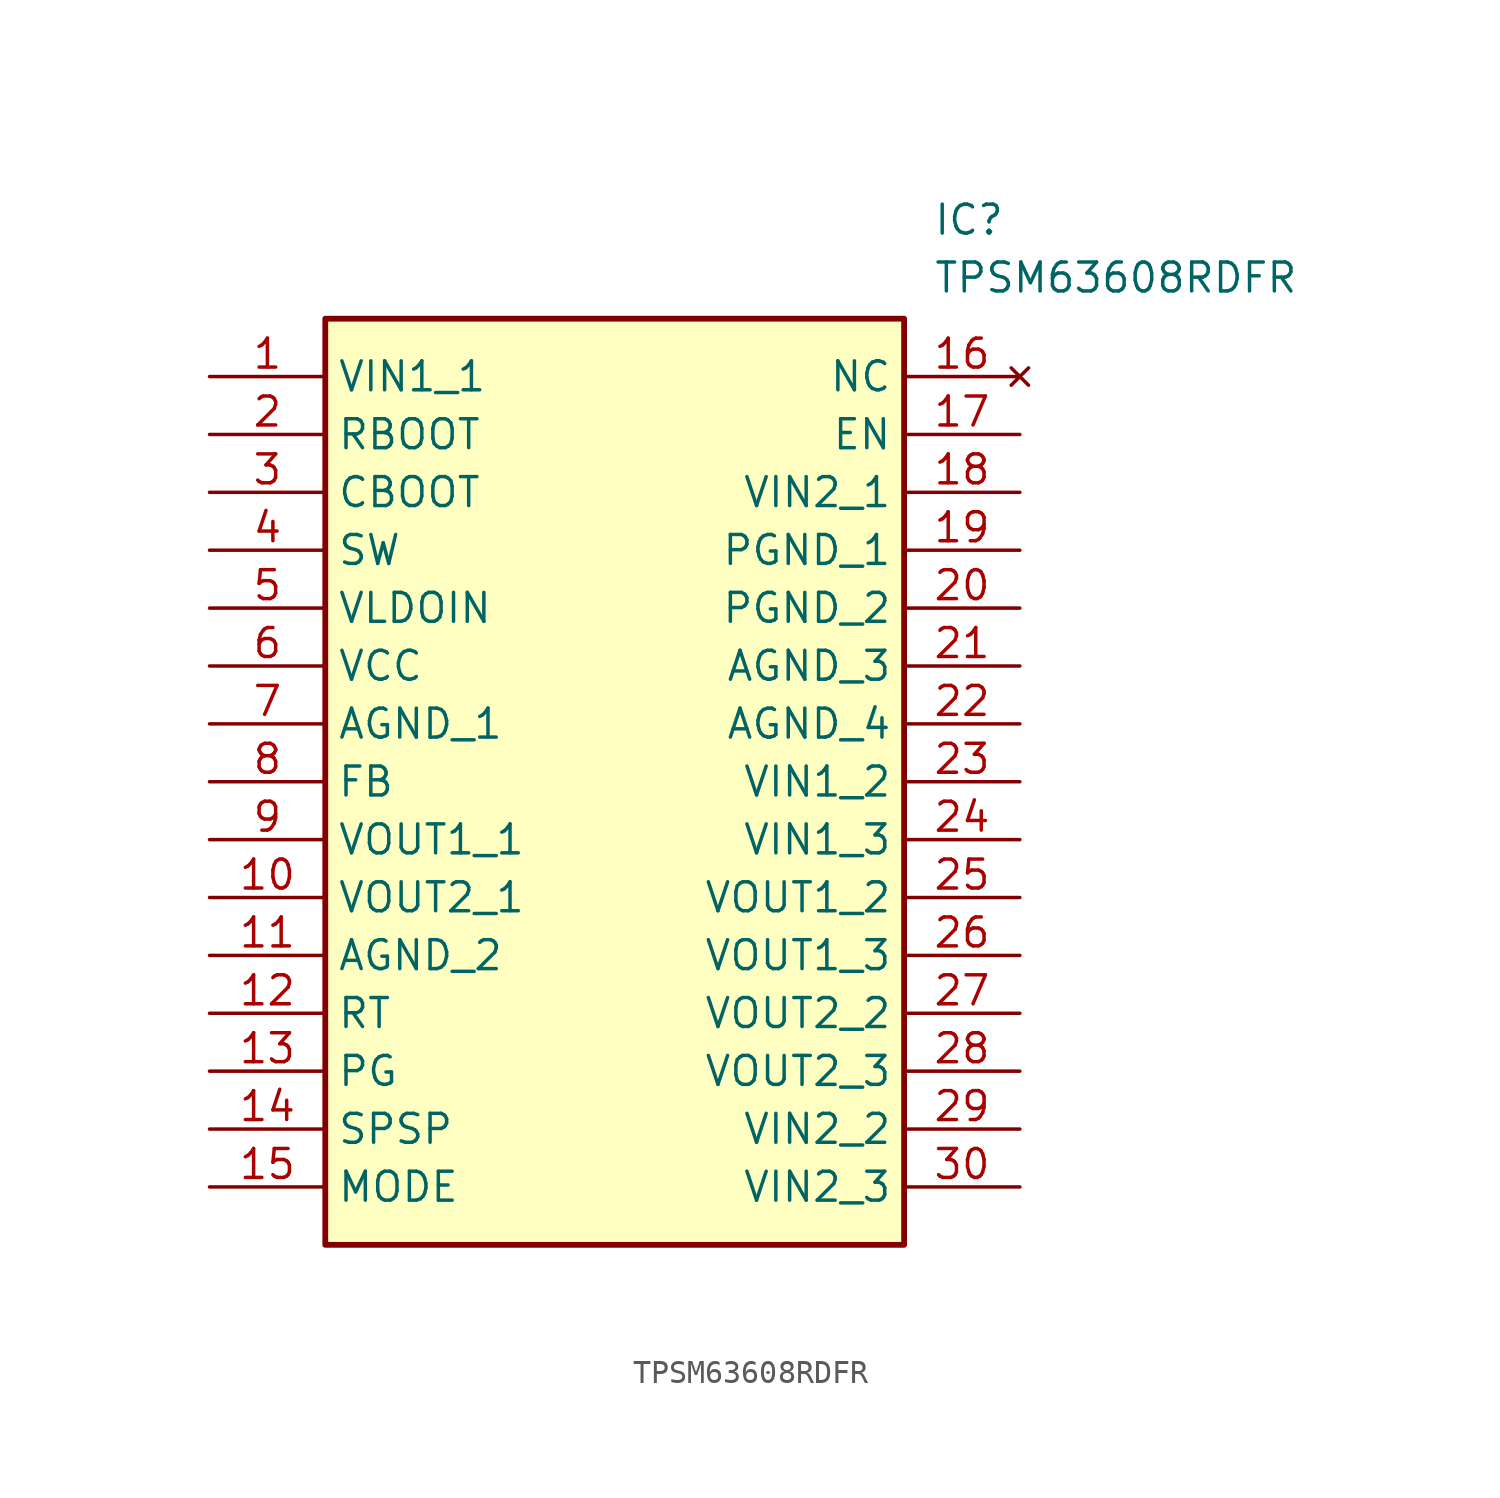
<source format=kicad_sym>
(kicad_symbol_lib
  (version 20211014)
  (generator SamacSys_ECAD_Model)
  (symbol "TPSM63608RDFR"
    (property "Reference" "IC"
      (at 31.75 7.62 0)
      (effects (font (size 1.27 1.27)) (justify left top)))
    (property "Value" "TPSM63608RDFR"
      (at 31.75 5.08 0)
      (effects (font (size 1.27 1.27)) (justify left top)))
    (rectangle
      (start 5.08 2.54)
      (end 30.48 -38.1)
      (stroke (width 0.254) (type default))
      (fill (type background)))
    (pin passive line
      (at 0 0 0)
      (length 5.08)
      (name "VIN1_1" (effects (font (size 1.27 1.27))))
      (number "1" (effects (font (size 1.27 1.27)))))
    (pin passive line
      (at 0 -2.54 0)
      (length 5.08)
      (name "RBOOT" (effects (font (size 1.27 1.27))))
      (number "2" (effects (font (size 1.27 1.27)))))
    (pin passive line
      (at 0 -5.08 0)
      (length 5.08)
      (name "CBOOT" (effects (font (size 1.27 1.27))))
      (number "3" (effects (font (size 1.27 1.27)))))
    (pin passive line
      (at 0 -7.62 0)
      (length 5.08)
      (name "SW" (effects (font (size 1.27 1.27))))
      (number "4" (effects (font (size 1.27 1.27)))))
    (pin passive line
      (at 0 -10.16 0)
      (length 5.08)
      (name "VLDOIN" (effects (font (size 1.27 1.27))))
      (number "5" (effects (font (size 1.27 1.27)))))
    (pin passive line
      (at 0 -12.7 0)
      (length 5.08)
      (name "VCC" (effects (font (size 1.27 1.27))))
      (number "6" (effects (font (size 1.27 1.27)))))
    (pin passive line
      (at 0 -15.24 0)
      (length 5.08)
      (name "AGND_1" (effects (font (size 1.27 1.27))))
      (number "7" (effects (font (size 1.27 1.27)))))
    (pin passive line
      (at 0 -17.78 0)
      (length 5.08)
      (name "FB" (effects (font (size 1.27 1.27))))
      (number "8" (effects (font (size 1.27 1.27)))))
    (pin passive line
      (at 0 -20.32 0)
      (length 5.08)
      (name "VOUT1_1" (effects (font (size 1.27 1.27))))
      (number "9" (effects (font (size 1.27 1.27)))))
    (pin passive line
      (at 0 -22.86 0)
      (length 5.08)
      (name "VOUT2_1" (effects (font (size 1.27 1.27))))
      (number "10" (effects (font (size 1.27 1.27)))))
    (pin passive line
      (at 0 -25.4 0)
      (length 5.08)
      (name "AGND_2" (effects (font (size 1.27 1.27))))
      (number "11" (effects (font (size 1.27 1.27)))))
    (pin passive line
      (at 0 -27.94 0)
      (length 5.08)
      (name "RT" (effects (font (size 1.27 1.27))))
      (number "12" (effects (font (size 1.27 1.27)))))
    (pin passive line
      (at 0 -30.48 0)
      (length 5.08)
      (name "PG" (effects (font (size 1.27 1.27))))
      (number "13" (effects (font (size 1.27 1.27)))))
    (pin passive line
      (at 0 -33.02 0)
      (length 5.08)
      (name "SPSP" (effects (font (size 1.27 1.27))))
      (number "14" (effects (font (size 1.27 1.27)))))
    (pin passive line
      (at 0 -35.56 0)
      (length 5.08)
      (name "MODE" (effects (font (size 1.27 1.27))))
      (number "15" (effects (font (size 1.27 1.27)))))
    (pin no_connect line
      (at 35.56 0 180)
      (length 5.08)
      (name "NC" (effects (font (size 1.27 1.27))))
      (number "16" (effects (font (size 1.27 1.27)))))
    (pin passive line
      (at 35.56 -2.54 180)
      (length 5.08)
      (name "EN" (effects (font (size 1.27 1.27))))
      (number "17" (effects (font (size 1.27 1.27)))))
    (pin passive line
      (at 35.56 -5.08 180)
      (length 5.08)
      (name "VIN2_1" (effects (font (size 1.27 1.27))))
      (number "18" (effects (font (size 1.27 1.27)))))
    (pin passive line
      (at 35.56 -7.62 180)
      (length 5.08)
      (name "PGND_1" (effects (font (size 1.27 1.27))))
      (number "19" (effects (font (size 1.27 1.27)))))
    (pin passive line
      (at 35.56 -10.16 180)
      (length 5.08)
      (name "PGND_2" (effects (font (size 1.27 1.27))))
      (number "20" (effects (font (size 1.27 1.27)))))
    (pin passive line
      (at 35.56 -12.7 180)
      (length 5.08)
      (name "AGND_3" (effects (font (size 1.27 1.27))))
      (number "21" (effects (font (size 1.27 1.27)))))
    (pin passive line
      (at 35.56 -15.24 180)
      (length 5.08)
      (name "AGND_4" (effects (font (size 1.27 1.27))))
      (number "22" (effects (font (size 1.27 1.27)))))
    (pin passive line
      (at 35.56 -17.78 180)
      (length 5.08)
      (name "VIN1_2" (effects (font (size 1.27 1.27))))
      (number "23" (effects (font (size 1.27 1.27)))))
    (pin passive line
      (at 35.56 -20.32 180)
      (length 5.08)
      (name "VIN1_3" (effects (font (size 1.27 1.27))))
      (number "24" (effects (font (size 1.27 1.27)))))
    (pin passive line
      (at 35.56 -22.86 180)
      (length 5.08)
      (name "VOUT1_2" (effects (font (size 1.27 1.27))))
      (number "25" (effects (font (size 1.27 1.27)))))
    (pin passive line
      (at 35.56 -25.4 180)
      (length 5.08)
      (name "VOUT1_3" (effects (font (size 1.27 1.27))))
      (number "26" (effects (font (size 1.27 1.27)))))
    (pin passive line
      (at 35.56 -27.94 180)
      (length 5.08)
      (name "VOUT2_2" (effects (font (size 1.27 1.27))))
      (number "27" (effects (font (size 1.27 1.27)))))
    (pin passive line
      (at 35.56 -30.48 180)
      (length 5.08)
      (name "VOUT2_3" (effects (font (size 1.27 1.27))))
      (number "28" (effects (font (size 1.27 1.27)))))
    (pin passive line
      (at 35.56 -33.02 180)
      (length 5.08)
      (name "VIN2_2" (effects (font (size 1.27 1.27))))
      (number "29" (effects (font (size 1.27 1.27)))))
    (pin passive line
      (at 35.56 -35.56 180)
      (length 5.08)
      (name "VIN2_3" (effects (font (size 1.27 1.27))))
      (number "30" (effects (font (size 1.27 1.27)))))))
</source>
